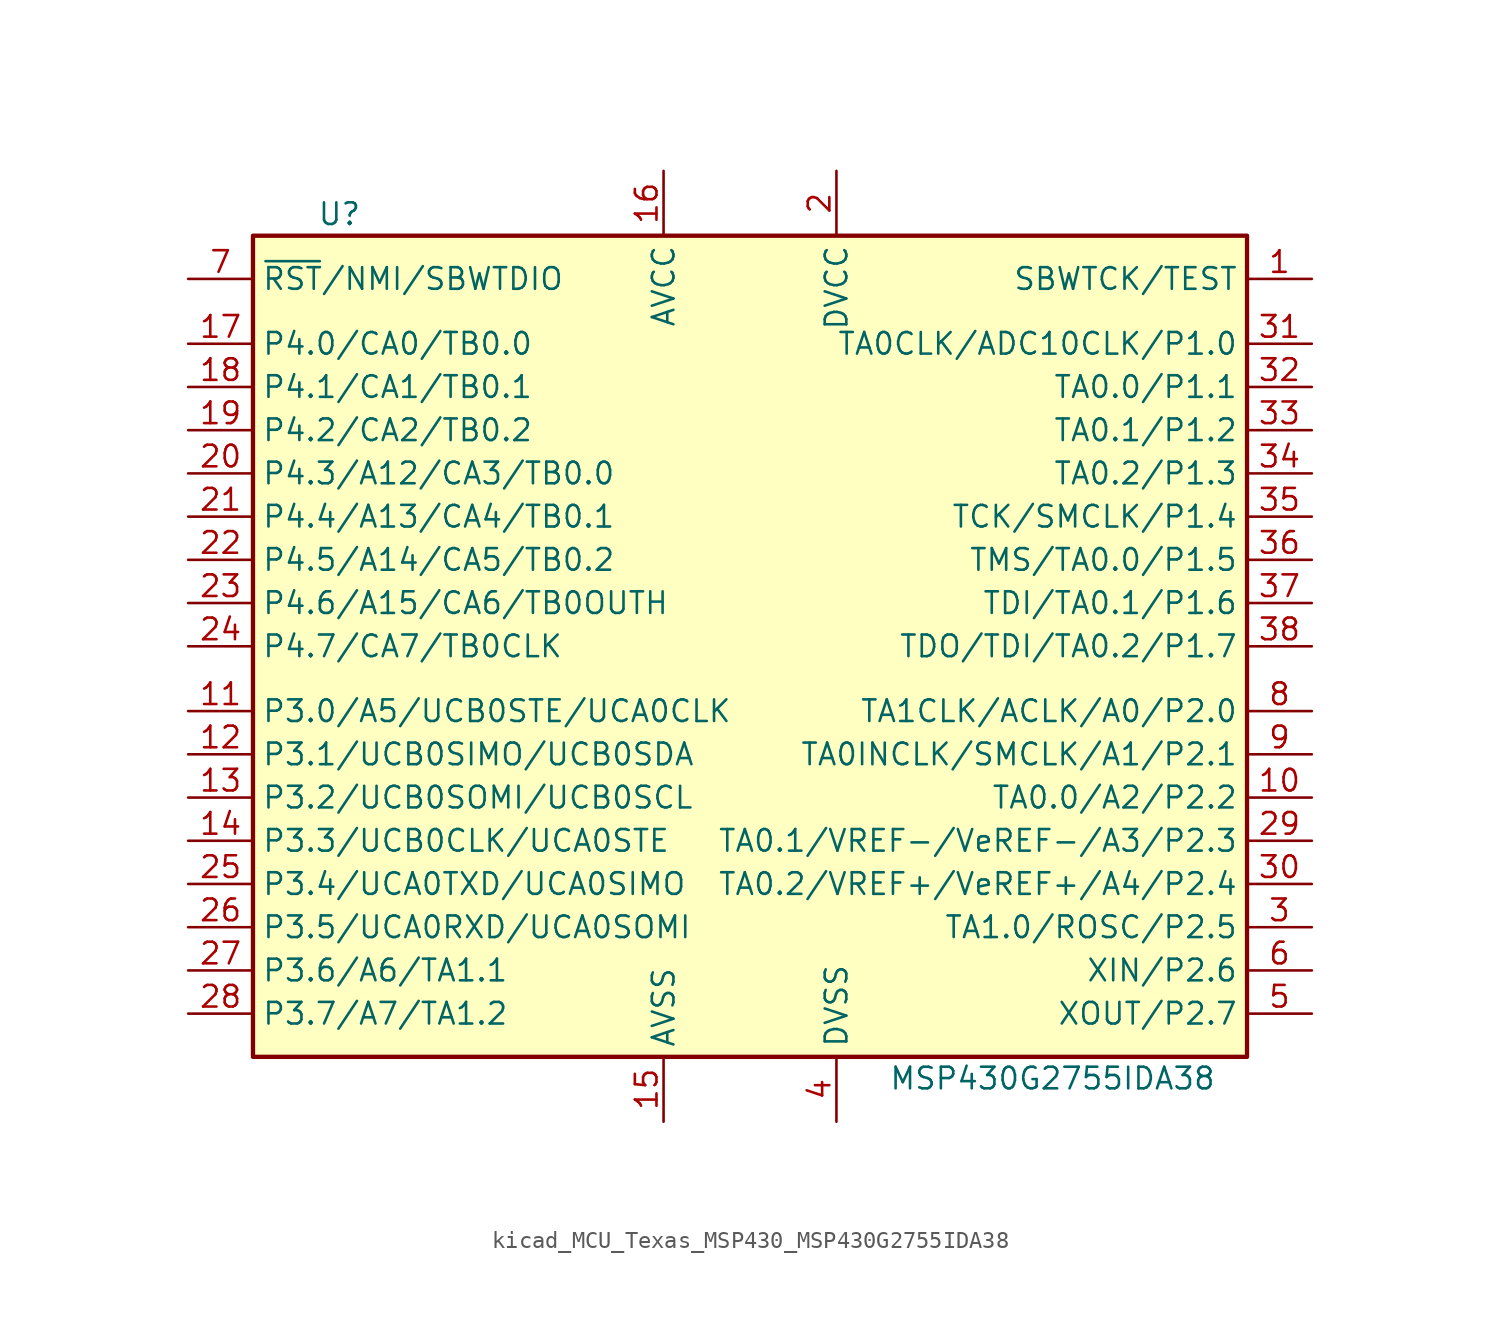
<source format=kicad_sym>
(kicad_symbol_lib
  (version 20220914)
  (generator kicad_symbol_editor)
  (symbol "kicad_MCU_Texas_MSP430_MSP430G2755IDA38"
    (property "Reference" "U"
      (at -24.13 25.4 0)
      (effects (font (size 1.27 1.27))))
    (property "Value" "MSP430G2755IDA38"
      (at 17.78 -25.4 0)
      (effects (font (size 1.27 1.27))))
    (symbol "kicad_MCU_Texas_MSP430_MSP430G2755IDA38_0_1"
      (rectangle (start -29.21 24.13) (end 29.21 -24.13) (stroke (width 0.254) (type default)) (fill (type background))))
    (symbol "kicad_MCU_Texas_MSP430_MSP430G2755IDA38_1_1"
      (pin input line (at 33.02 21.59 180) (length 3.81) (name "SBWTCK/TEST" (effects (font (size 1.27 1.27)))) (number "1" (effects (font (size 1.27 1.27)))))
      (pin bidirectional line (at 33.02 -8.89 180) (length 3.81) (name "TA0.0/A2/P2.2" (effects (font (size 1.27 1.27)))) (number "10" (effects (font (size 1.27 1.27)))))
      (pin bidirectional line (at -33.02 -3.81 0) (length 3.81) (name "P3.0/A5/UCB0STE/UCA0CLK" (effects (font (size 1.27 1.27)))) (number "11" (effects (font (size 1.27 1.27)))))
      (pin bidirectional line (at -33.02 -6.35 0) (length 3.81) (name "P3.1/UCB0SIMO/UCB0SDA" (effects (font (size 1.27 1.27)))) (number "12" (effects (font (size 1.27 1.27)))))
      (pin bidirectional line (at -33.02 -8.89 0) (length 3.81) (name "P3.2/UCB0SOMI/UCB0SCL" (effects (font (size 1.27 1.27)))) (number "13" (effects (font (size 1.27 1.27)))))
      (pin bidirectional line (at -33.02 -11.43 0) (length 3.81) (name "P3.3/UCB0CLK/UCA0STE" (effects (font (size 1.27 1.27)))) (number "14" (effects (font (size 1.27 1.27)))))
      (pin power_in line (at -5.08 -27.94 90) (length 3.81) (name "AVSS" (effects (font (size 1.27 1.27)))) (number "15" (effects (font (size 1.27 1.27)))))
      (pin power_in line (at -5.08 27.94 270) (length 3.81) (name "AVCC" (effects (font (size 1.27 1.27)))) (number "16" (effects (font (size 1.27 1.27)))))
      (pin bidirectional line (at -33.02 17.78 0) (length 3.81) (name "P4.0/CA0/TB0.0" (effects (font (size 1.27 1.27)))) (number "17" (effects (font (size 1.27 1.27)))))
      (pin bidirectional line (at -33.02 15.24 0) (length 3.81) (name "P4.1/CA1/TB0.1" (effects (font (size 1.27 1.27)))) (number "18" (effects (font (size 1.27 1.27)))))
      (pin bidirectional line (at -33.02 12.7 0) (length 3.81) (name "P4.2/CA2/TB0.2" (effects (font (size 1.27 1.27)))) (number "19" (effects (font (size 1.27 1.27)))))
      (pin power_in line (at 5.08 27.94 270) (length 3.81) (name "DVCC" (effects (font (size 1.27 1.27)))) (number "2" (effects (font (size 1.27 1.27)))))
      (pin bidirectional line (at -33.02 10.16 0) (length 3.81) (name "P4.3/A12/CA3/TB0.0" (effects (font (size 1.27 1.27)))) (number "20" (effects (font (size 1.27 1.27)))))
      (pin bidirectional line (at -33.02 7.62 0) (length 3.81) (name "P4.4/A13/CA4/TB0.1" (effects (font (size 1.27 1.27)))) (number "21" (effects (font (size 1.27 1.27)))))
      (pin bidirectional line (at -33.02 5.08 0) (length 3.81) (name "P4.5/A14/CA5/TB0.2" (effects (font (size 1.27 1.27)))) (number "22" (effects (font (size 1.27 1.27)))))
      (pin bidirectional line (at -33.02 2.54 0) (length 3.81) (name "P4.6/A15/CA6/TB0OUTH" (effects (font (size 1.27 1.27)))) (number "23" (effects (font (size 1.27 1.27)))))
      (pin bidirectional line (at -33.02 0 0) (length 3.81) (name "P4.7/CA7/TB0CLK" (effects (font (size 1.27 1.27)))) (number "24" (effects (font (size 1.27 1.27)))))
      (pin bidirectional line (at -33.02 -13.97 0) (length 3.81) (name "P3.4/UCA0TXD/UCA0SIMO" (effects (font (size 1.27 1.27)))) (number "25" (effects (font (size 1.27 1.27)))))
      (pin bidirectional line (at -33.02 -16.51 0) (length 3.81) (name "P3.5/UCA0RXD/UCA0SOMI" (effects (font (size 1.27 1.27)))) (number "26" (effects (font (size 1.27 1.27)))))
      (pin bidirectional line (at -33.02 -19.05 0) (length 3.81) (name "P3.6/A6/TA1.1" (effects (font (size 1.27 1.27)))) (number "27" (effects (font (size 1.27 1.27)))))
      (pin bidirectional line (at -33.02 -21.59 0) (length 3.81) (name "P3.7/A7/TA1.2" (effects (font (size 1.27 1.27)))) (number "28" (effects (font (size 1.27 1.27)))))
      (pin bidirectional line (at 33.02 -11.43 180) (length 3.81) (name "TA0.1/VREF-/VeREF-/A3/P2.3" (effects (font (size 1.27 1.27)))) (number "29" (effects (font (size 1.27 1.27)))))
      (pin bidirectional line (at 33.02 -16.51 180) (length 3.81) (name "TA1.0/ROSC/P2.5" (effects (font (size 1.27 1.27)))) (number "3" (effects (font (size 1.27 1.27)))))
      (pin bidirectional line (at 33.02 -13.97 180) (length 3.81) (name "TA0.2/VREF+/VeREF+/A4/P2.4" (effects (font (size 1.27 1.27)))) (number "30" (effects (font (size 1.27 1.27)))))
      (pin bidirectional line (at 33.02 17.78 180) (length 3.81) (name "TA0CLK/ADC10CLK/P1.0" (effects (font (size 1.27 1.27)))) (number "31" (effects (font (size 1.27 1.27)))))
      (pin bidirectional line (at 33.02 15.24 180) (length 3.81) (name "TA0.0/P1.1" (effects (font (size 1.27 1.27)))) (number "32" (effects (font (size 1.27 1.27)))))
      (pin bidirectional line (at 33.02 12.7 180) (length 3.81) (name "TA0.1/P1.2" (effects (font (size 1.27 1.27)))) (number "33" (effects (font (size 1.27 1.27)))))
      (pin bidirectional line (at 33.02 10.16 180) (length 3.81) (name "TA0.2/P1.3" (effects (font (size 1.27 1.27)))) (number "34" (effects (font (size 1.27 1.27)))))
      (pin bidirectional line (at 33.02 7.62 180) (length 3.81) (name "TCK/SMCLK/P1.4" (effects (font (size 1.27 1.27)))) (number "35" (effects (font (size 1.27 1.27)))))
      (pin bidirectional line (at 33.02 5.08 180) (length 3.81) (name "TMS/TA0.0/P1.5" (effects (font (size 1.27 1.27)))) (number "36" (effects (font (size 1.27 1.27)))))
      (pin bidirectional line (at 33.02 2.54 180) (length 3.81) (name "TDI/TA0.1/P1.6" (effects (font (size 1.27 1.27)))) (number "37" (effects (font (size 1.27 1.27)))))
      (pin bidirectional line (at 33.02 0 180) (length 3.81) (name "TDO/TDI/TA0.2/P1.7" (effects (font (size 1.27 1.27)))) (number "38" (effects (font (size 1.27 1.27)))))
      (pin power_in line (at 5.08 -27.94 90) (length 3.81) (name "DVSS" (effects (font (size 1.27 1.27)))) (number "4" (effects (font (size 1.27 1.27)))))
      (pin bidirectional line (at 33.02 -21.59 180) (length 3.81) (name "XOUT/P2.7" (effects (font (size 1.27 1.27)))) (number "5" (effects (font (size 1.27 1.27)))))
      (pin bidirectional line (at 33.02 -19.05 180) (length 3.81) (name "XIN/P2.6" (effects (font (size 1.27 1.27)))) (number "6" (effects (font (size 1.27 1.27)))))
      (pin input line (at -33.02 21.59 0) (length 3.81) (name "~{RST}/NMI/SBWTDIO" (effects (font (size 1.27 1.27)))) (number "7" (effects (font (size 1.27 1.27)))))
      (pin bidirectional line (at 33.02 -3.81 180) (length 3.81) (name "TA1CLK/ACLK/A0/P2.0" (effects (font (size 1.27 1.27)))) (number "8" (effects (font (size 1.27 1.27)))))
      (pin bidirectional line (at 33.02 -6.35 180) (length 3.81) (name "TA0INCLK/SMCLK/A1/P2.1" (effects (font (size 1.27 1.27)))) (number "9" (effects (font (size 1.27 1.27))))))))
</source>
